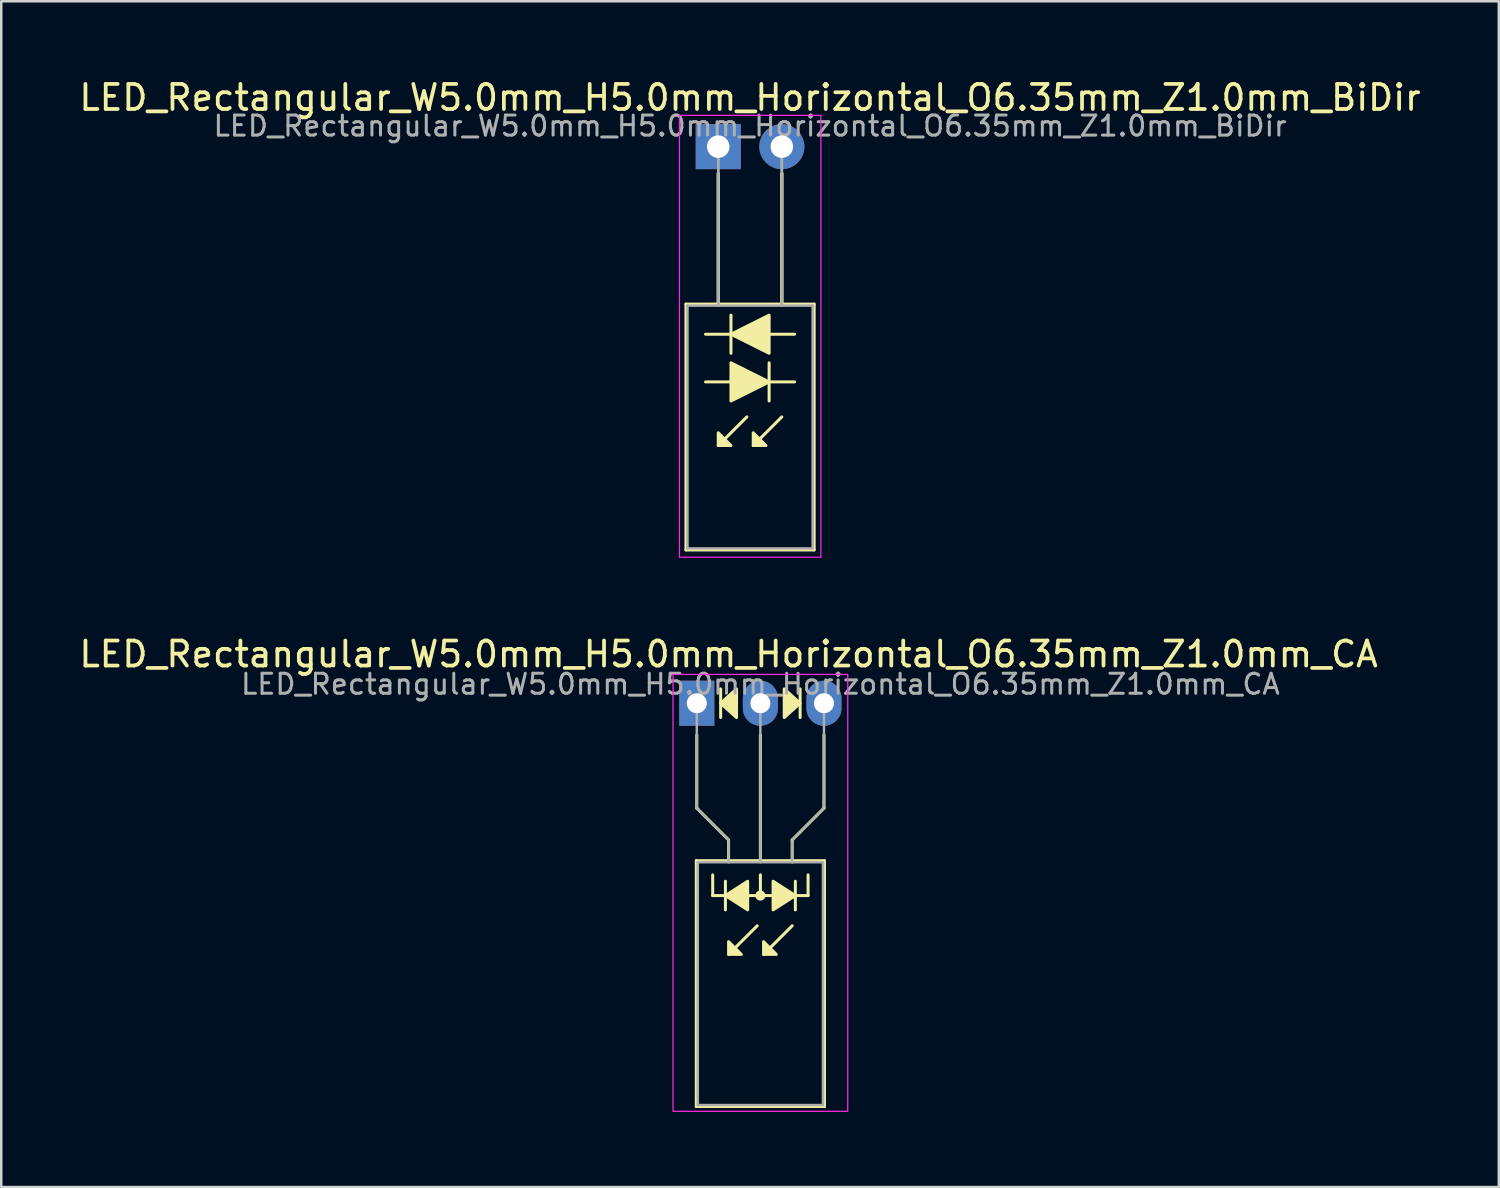
<source format=kicad_pcb>
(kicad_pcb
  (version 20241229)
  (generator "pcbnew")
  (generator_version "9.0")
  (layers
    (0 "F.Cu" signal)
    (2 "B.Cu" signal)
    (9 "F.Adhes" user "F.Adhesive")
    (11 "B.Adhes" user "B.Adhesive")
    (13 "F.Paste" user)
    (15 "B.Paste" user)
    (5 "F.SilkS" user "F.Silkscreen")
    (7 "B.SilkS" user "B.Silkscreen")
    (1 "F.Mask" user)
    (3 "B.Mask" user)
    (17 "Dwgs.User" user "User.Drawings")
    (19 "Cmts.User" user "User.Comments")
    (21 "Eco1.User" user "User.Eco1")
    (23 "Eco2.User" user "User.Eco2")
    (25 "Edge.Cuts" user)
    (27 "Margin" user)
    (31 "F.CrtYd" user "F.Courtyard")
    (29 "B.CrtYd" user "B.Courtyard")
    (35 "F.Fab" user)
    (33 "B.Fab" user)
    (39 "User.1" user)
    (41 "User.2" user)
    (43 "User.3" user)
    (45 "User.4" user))
  (footprint "LED_Rectangular_W5.0mm_H5.0mm_Horizontal_O6.35mm_Z1.0mm_CA"
    (layer "F.Cu")
    (at 24.784 25.041)
    (property "Reference" "LED_Rectangular_W5.0mm_H5.0mm_Horizontal_O6.35mm_Z1.0mm_CA" (at 1.27 -1.96 0) (layer "F.SilkS") (effects (font (size 1 1) (thickness 0.15))))
    (fp_line (start -0.02 6.29) (end -0.02 16.11) (stroke (width 0.12) (type solid)) (layer "F.SilkS"))
    (fp_line (start -0.02 16.11) (end 5.1 16.11) (stroke (width 0.12) (type solid)) (layer "F.SilkS"))
    (fp_line (start 0 1.27) (end 0 4.191) (stroke (width 0.12) (type default)) (layer "F.SilkS"))
    (fp_line (start 0 4.191) (end 1.27 5.461) (stroke (width 0.12) (type default)) (layer "F.SilkS"))
    (fp_line (start 0.635 7.684) (end 0.635 6.858) (stroke (width 0.12) (type default)) (layer "F.SilkS"))
    (fp_line (start 0.635 7.684) (end 4.445 7.684) (stroke (width 0.12) (type default)) (layer "F.SilkS"))
    (fp_line (start 0.953 -0.572) (end 0.953 0.572) (stroke (width 0.12) (type solid)) (layer "F.SilkS"))
    (fp_line (start 1.143 7.112) (end 1.143 8.255) (stroke (width 0.12) (type solid)) (layer "F.SilkS"))
    (fp_line (start 1.27 5.461) (end 1.27 6.29) (stroke (width 0.12) (type default)) (layer "F.SilkS"))
    (fp_line (start 1.27 6.29) (end 1.27 6.29) (stroke (width 0.12) (type solid)) (layer "F.SilkS"))
    (fp_line (start 2.413 8.89) (end 1.27 10.033) (stroke (width 0.12) (type solid)) (layer "F.SilkS"))
    (fp_line (start 2.54 6.29) (end 2.54 1.27) (stroke (width 0.12) (type default)) (layer "F.SilkS"))
    (fp_line (start 2.54 7.684) (end 2.54 6.858) (stroke (width 0.12) (type default)) (layer "F.SilkS"))
    (fp_line (start 3.81 5.461) (end 3.81 6.29) (stroke (width 0.12) (type default)) (layer "F.SilkS"))
    (fp_line (start 3.81 6.29) (end 3.81 6.29) (stroke (width 0.12) (type solid)) (layer "F.SilkS"))
    (fp_line (start 3.81 8.89) (end 2.667 10.033) (stroke (width 0.12) (type solid)) (layer "F.SilkS"))
    (fp_line (start 3.937 8.255) (end 3.937 7.112) (stroke (width 0.12) (type solid)) (layer "F.SilkS"))
    (fp_line (start 4.128 0.572) (end 4.128 -0.572) (stroke (width 0.12) (type solid)) (layer "F.SilkS"))
    (fp_line (start 4.445 7.684) (end 4.445 6.858) (stroke (width 0.12) (type default)) (layer "F.SilkS"))
    (fp_line (start 5.08 1.27) (end 5.08 4.191) (stroke (width 0.12) (type default)) (layer "F.SilkS"))
    (fp_line (start 5.08 4.191) (end 3.81 5.461) (stroke (width 0.12) (type default)) (layer "F.SilkS"))
    (fp_line (start 5.1 6.29) (end -0.02 6.29) (stroke (width 0.12) (type solid)) (layer "F.SilkS"))
    (fp_line (start 5.1 16.11) (end 5.1 6.29) (stroke (width 0.12) (type solid)) (layer "F.SilkS"))
    (fp_circle (center 2.54 7.684) (end 2.682 7.684) (stroke (width 0.12) (type solid)) (fill yes) (layer "F.SilkS"))
    (fp_poly (pts (xy 1.27 9.525) (xy 1.778 10.033) (xy 1.27 10.033)) (stroke (width 0.12) (type solid)) (fill yes) (layer "F.SilkS"))
    (fp_poly (pts (xy 1.587 0.572) (xy 0.953 0) (xy 1.587 -0.572)) (stroke (width 0.12) (type solid)) (fill yes) (layer "F.SilkS"))
    (fp_poly (pts (xy 2.032 8.255) (xy 1.143 7.684) (xy 2.032 7.112)) (stroke (width 0.12) (type solid)) (fill yes) (layer "F.SilkS"))
    (fp_poly (pts (xy 2.667 9.525) (xy 3.175 10.033) (xy 2.667 10.033)) (stroke (width 0.12) (type solid)) (fill yes) (layer "F.SilkS"))
    (fp_poly (pts (xy 3.048 7.112) (xy 3.937 7.684) (xy 3.048 8.255)) (stroke (width 0.12) (type solid)) (fill yes) (layer "F.SilkS"))
    (fp_poly (pts (xy 3.493 -0.572) (xy 4.128 0) (xy 3.493 0.572)) (stroke (width 0.12) (type solid)) (fill yes) (layer "F.SilkS"))
    (fp_rect (start -0.95 -1.15) (end 6.03 16.3) (stroke (width 0.05) (type default)) (fill no) (layer "F.CrtYd"))
    (fp_line (start 0 0) (end 0 0) (stroke (width 0.1) (type solid)) (layer "F.Fab"))
    (fp_line (start 0 4.191) (end 0 0) (stroke (width 0.1) (type default)) (layer "F.Fab"))
    (fp_line (start 0.04 6.35) (end 0.04 16.05) (stroke (width 0.1) (type solid)) (layer "F.Fab"))
    (fp_line (start 0.04 16.05) (end 5.04 16.05) (stroke (width 0.1) (type solid)) (layer "F.Fab"))
    (fp_line (start 1.27 5.461) (end 0 4.191) (stroke (width 0.1) (type default)) (layer "F.Fab"))
    (fp_line (start 1.27 5.461) (end 1.27 6.35) (stroke (width 0.1) (type default)) (layer "F.Fab"))
    (fp_line (start 1.27 6.35) (end 1.27 6.35) (stroke (width 0.1) (type solid)) (layer "F.Fab"))
    (fp_line (start 2.54 0) (end 2.54 0) (stroke (width 0.1) (type solid)) (layer "F.Fab"))
    (fp_line (start 2.54 0) (end 2.54 6.35) (stroke (width 0.1) (type default)) (layer "F.Fab"))
    (fp_line (start 3.81 5.461) (end 3.81 6.35) (stroke (width 0.1) (type default)) (layer "F.Fab"))
    (fp_line (start 3.81 5.461) (end 5.08 4.191) (stroke (width 0.1) (type default)) (layer "F.Fab"))
    (fp_line (start 3.81 6.35) (end 3.81 6.35) (stroke (width 0.1) (type solid)) (layer "F.Fab"))
    (fp_line (start 5.04 6.35) (end 0.04 6.35) (stroke (width 0.1) (type solid)) (layer "F.Fab"))
    (fp_line (start 5.04 16.05) (end 5.04 6.35) (stroke (width 0.1) (type solid)) (layer "F.Fab"))
    (fp_line (start 5.08 4.191) (end 5.08 0) (stroke (width 0.1) (type default)) (layer "F.Fab"))
    (fp_text user "${REFERENCE}" (at 2.54 -0.762 0) (layer "F.Fab") (effects (font (size 0.8 0.8) (thickness 0.12))))
    (pad "1" thru_hole rect (at 0 0) (size 1.4 1.8) (drill 0.8) (layers "*.Cu" "*.Mask"))
    (pad "2" thru_hole oval (at 2.54 0) (size 1.4 1.8) (drill 0.8) (layers "*.Cu" "*.Mask"))
    (pad "3" thru_hole oval (at 5.08 0) (size 1.4 1.8) (drill 0.8) (layers "*.Cu" "*.Mask")))
  (footprint "LED_Rectangular_W5.0mm_H5.0mm_Horizontal_O6.35mm_Z1.0mm_BiDir"
    (layer "F.Cu")
    (at 25.641 2.808)
    (property "Reference" "LED_Rectangular_W5.0mm_H5.0mm_Horizontal_O6.35mm_Z1.0mm_BiDir" (at 1.27 -1.96 0) (layer "F.SilkS") (effects (font (size 1 1) (thickness 0.15))))
    (fp_line (start -1.29 6.29) (end -1.29 16.11) (stroke (width 0.12) (type solid)) (layer "F.SilkS"))
    (fp_line (start -1.29 16.11) (end 3.83 16.11) (stroke (width 0.12) (type solid)) (layer "F.SilkS"))
    (fp_line (start -0.508 9.398) (end 0.508 9.398) (stroke (width 0.12) (type solid)) (layer "F.SilkS"))
    (fp_line (start 0 1.08) (end 0 1.08) (stroke (width 0.12) (type solid)) (layer "F.SilkS"))
    (fp_line (start 0 1.08) (end 0 6.29) (stroke (width 0.12) (type solid)) (layer "F.SilkS"))
    (fp_line (start 0 6.29) (end 0 1.08) (stroke (width 0.12) (type solid)) (layer "F.SilkS"))
    (fp_line (start 0 6.29) (end 0 6.29) (stroke (width 0.12) (type solid)) (layer "F.SilkS"))
    (fp_line (start 0.508 6.731) (end 0.508 8.255) (stroke (width 0.12) (type solid)) (layer "F.SilkS"))
    (fp_line (start 0.508 7.493) (end -0.508 7.493) (stroke (width 0.12) (type solid)) (layer "F.SilkS"))
    (fp_line (start 1.143 10.795) (end 0 11.938) (stroke (width 0.12) (type solid)) (layer "F.SilkS"))
    (fp_line (start 2.032 9.398) (end 3.048 9.398) (stroke (width 0.12) (type solid)) (layer "F.SilkS"))
    (fp_line (start 2.032 10.16) (end 2.032 8.636) (stroke (width 0.12) (type solid)) (layer "F.SilkS"))
    (fp_line (start 2.54 1.08) (end 2.54 1.08) (stroke (width 0.12) (type solid)) (layer "F.SilkS"))
    (fp_line (start 2.54 1.08) (end 2.54 6.29) (stroke (width 0.12) (type solid)) (layer "F.SilkS"))
    (fp_line (start 2.54 6.29) (end 2.54 1.08) (stroke (width 0.12) (type solid)) (layer "F.SilkS"))
    (fp_line (start 2.54 6.29) (end 2.54 6.29) (stroke (width 0.12) (type solid)) (layer "F.SilkS"))
    (fp_line (start 2.54 10.795) (end 1.397 11.938) (stroke (width 0.12) (type solid)) (layer "F.SilkS"))
    (fp_line (start 3.048 7.493) (end 2.032 7.493) (stroke (width 0.12) (type solid)) (layer "F.SilkS"))
    (fp_line (start 3.83 6.29) (end -1.29 6.29) (stroke (width 0.12) (type solid)) (layer "F.SilkS"))
    (fp_line (start 3.83 16.11) (end 3.83 6.29) (stroke (width 0.12) (type solid)) (layer "F.SilkS"))
    (fp_poly (pts (xy 0 11.43) (xy 0.508 11.938) (xy 0 11.938)) (stroke (width 0.12) (type solid)) (fill yes) (layer "F.SilkS"))
    (fp_poly (pts (xy 0.508 8.636) (xy 2.032 9.398) (xy 0.508 10.16)) (stroke (width 0.12) (type solid)) (fill yes) (layer "F.SilkS"))
    (fp_poly (pts (xy 1.397 11.43) (xy 1.905 11.938) (xy 1.397 11.938)) (stroke (width 0.12) (type solid)) (fill yes) (layer "F.SilkS"))
    (fp_poly (pts (xy 2.032 8.255) (xy 0.508 7.493) (xy 2.032 6.731)) (stroke (width 0.12) (type solid)) (fill yes) (layer "F.SilkS"))
    (fp_line (start -1.55 -1.25) (end -1.55 16.4) (stroke (width 0.05) (type solid)) (layer "F.CrtYd"))
    (fp_line (start -1.55 16.4) (end 4.1 16.4) (stroke (width 0.05) (type solid)) (layer "F.CrtYd"))
    (fp_line (start 4.1 -1.25) (end -1.55 -1.25) (stroke (width 0.05) (type solid)) (layer "F.CrtYd"))
    (fp_line (start 4.1 16.4) (end 4.1 -1.25) (stroke (width 0.05) (type solid)) (layer "F.CrtYd"))
    (fp_line (start -1.23 6.35) (end -1.23 16.05) (stroke (width 0.1) (type solid)) (layer "F.Fab"))
    (fp_line (start -1.23 16.05) (end 3.77 16.05) (stroke (width 0.1) (type solid)) (layer "F.Fab"))
    (fp_line (start 0 0) (end 0 0) (stroke (width 0.1) (type solid)) (layer "F.Fab"))
    (fp_line (start 0 0) (end 0 6.35) (stroke (width 0.1) (type solid)) (layer "F.Fab"))
    (fp_line (start 0 6.35) (end 0 0) (stroke (width 0.1) (type solid)) (layer "F.Fab"))
    (fp_line (start 0 6.35) (end 0 6.35) (stroke (width 0.1) (type solid)) (layer "F.Fab"))
    (fp_line (start 2.54 0) (end 2.54 0) (stroke (width 0.1) (type solid)) (layer "F.Fab"))
    (fp_line (start 2.54 0) (end 2.54 6.35) (stroke (width 0.1) (type solid)) (layer "F.Fab"))
    (fp_line (start 2.54 6.35) (end 2.54 0) (stroke (width 0.1) (type solid)) (layer "F.Fab"))
    (fp_line (start 2.54 6.35) (end 2.54 6.35) (stroke (width 0.1) (type solid)) (layer "F.Fab"))
    (fp_line (start 3.77 6.35) (end -1.23 6.35) (stroke (width 0.1) (type solid)) (layer "F.Fab"))
    (fp_line (start 3.77 16.05) (end 3.77 6.35) (stroke (width 0.1) (type solid)) (layer "F.Fab"))
    (fp_text user "${REFERENCE}" (at 1.27 -0.826 0) (layer "F.Fab") (effects (font (size 0.8 0.8) (thickness 0.12))))
    (pad "1" thru_hole rect (at 0 0) (size 1.8 1.8) (drill 0.9) (layers "*.Cu" "*.Mask"))
    (pad "2" thru_hole circle (at 2.54 0) (size 1.8 1.8) (drill 0.9) (layers "*.Cu" "*.Mask")))
  (gr_rect
    (start -3 -3)
    (end 56.821 44.367)
    (stroke (width 0.1) (type default))
    (fill no)
    (layer "Edge.Cuts")))
</source>
